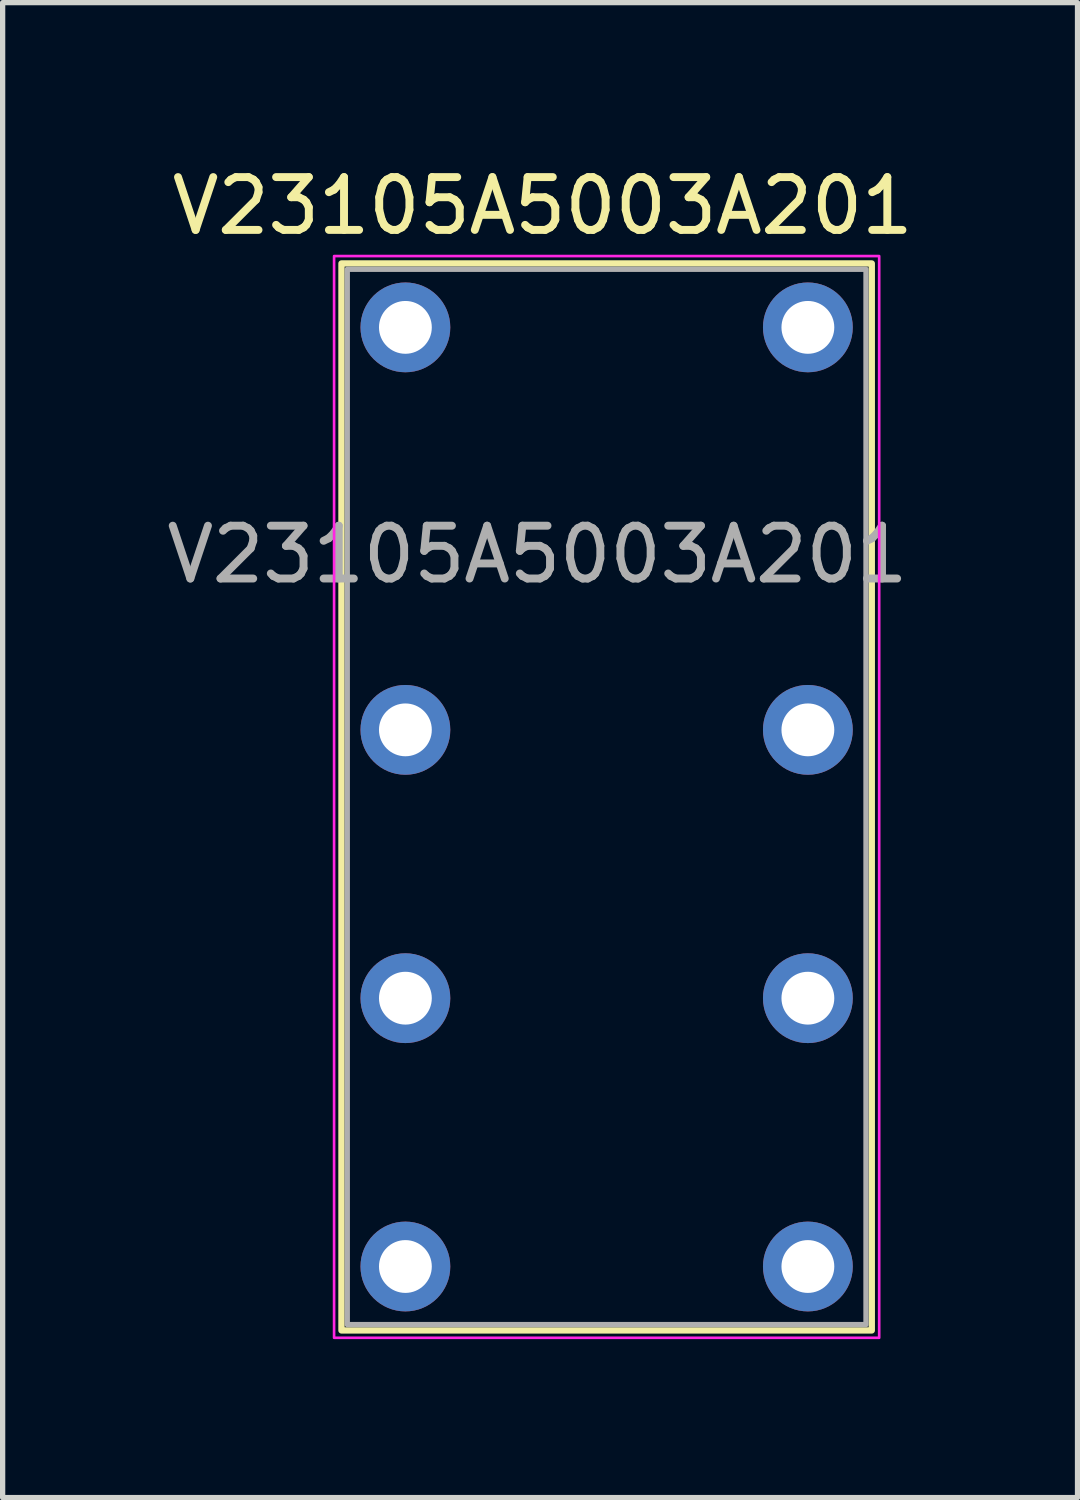
<source format=kicad_pcb>
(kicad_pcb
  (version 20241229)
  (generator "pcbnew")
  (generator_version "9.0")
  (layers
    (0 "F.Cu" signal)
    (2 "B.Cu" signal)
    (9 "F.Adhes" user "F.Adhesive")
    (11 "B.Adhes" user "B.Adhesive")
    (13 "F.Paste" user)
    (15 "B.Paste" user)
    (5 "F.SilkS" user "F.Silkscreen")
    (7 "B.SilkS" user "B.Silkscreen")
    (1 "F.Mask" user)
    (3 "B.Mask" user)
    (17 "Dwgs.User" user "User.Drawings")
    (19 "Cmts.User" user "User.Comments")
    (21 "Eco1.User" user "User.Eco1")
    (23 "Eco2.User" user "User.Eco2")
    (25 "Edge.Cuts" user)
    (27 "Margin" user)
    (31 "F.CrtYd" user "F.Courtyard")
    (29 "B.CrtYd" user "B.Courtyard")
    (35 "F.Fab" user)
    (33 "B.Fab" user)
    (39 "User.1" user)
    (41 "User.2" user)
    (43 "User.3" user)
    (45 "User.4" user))
  (footprint "V23105A5003A201"
    (layer "F.Cu")
    (at 4.625 3.148)
    (property "Reference" "V23105A5003A201" (at 2.6 -2.3 0) (layer "F.SilkS") (effects (font (size 1 1) (thickness 0.15))))
    (attr through_hole)
    (fp_rect (start -1.21 -1.21) (end 8.83 18.99) (stroke (width 0.12) (type solid)) (fill no) (layer "F.SilkS"))
    (fp_rect (start -1.35 -1.35) (end 8.97 19.13) (stroke (width 0.05) (type solid)) (fill no) (layer "F.CrtYd"))
    (fp_rect (start -1.1 -1.1) (end 8.72 18.88) (stroke (width 0.1) (type solid)) (fill no) (layer "F.Fab"))
    (fp_text user "${REFERENCE}" (at 2.5 4.3 0) (layer "F.Fab") (effects (font (size 1 1) (thickness 0.15))))
    (pad "1" thru_hole circle (at 0 0) (size 1.7 1.7) (drill 1) (layers "*.Cu" "*.Mask"))
    (pad "4" thru_hole circle (at 0 7.62) (size 1.7 1.7) (drill 1) (layers "*.Cu" "*.Mask"))
    (pad "6" thru_hole circle (at 0 12.7) (size 1.7 1.7) (drill 1) (layers "*.Cu" "*.Mask"))
    (pad "8" thru_hole circle (at 0 17.78) (size 1.7 1.7) (drill 1) (layers "*.Cu" "*.Mask"))
    (pad "9" thru_hole circle (at 7.62 17.78) (size 1.7 1.7) (drill 1) (layers "*.Cu" "*.Mask"))
    (pad "11" thru_hole circle (at 7.62 12.7) (size 1.7 1.7) (drill 1) (layers "*.Cu" "*.Mask"))
    (pad "13" thru_hole circle (at 7.62 7.62) (size 1.7 1.7) (drill 1) (layers "*.Cu" "*.Mask"))
    (pad "16" thru_hole circle (at 7.62 0) (size 1.7 1.7) (drill 1) (layers "*.Cu" "*.Mask")))
  (gr_rect
    (start -3 -3)
    (end 17.35 25.303)
    (stroke (width 0.1) (type default))
    (fill no)
    (layer "Edge.Cuts")))
</source>
